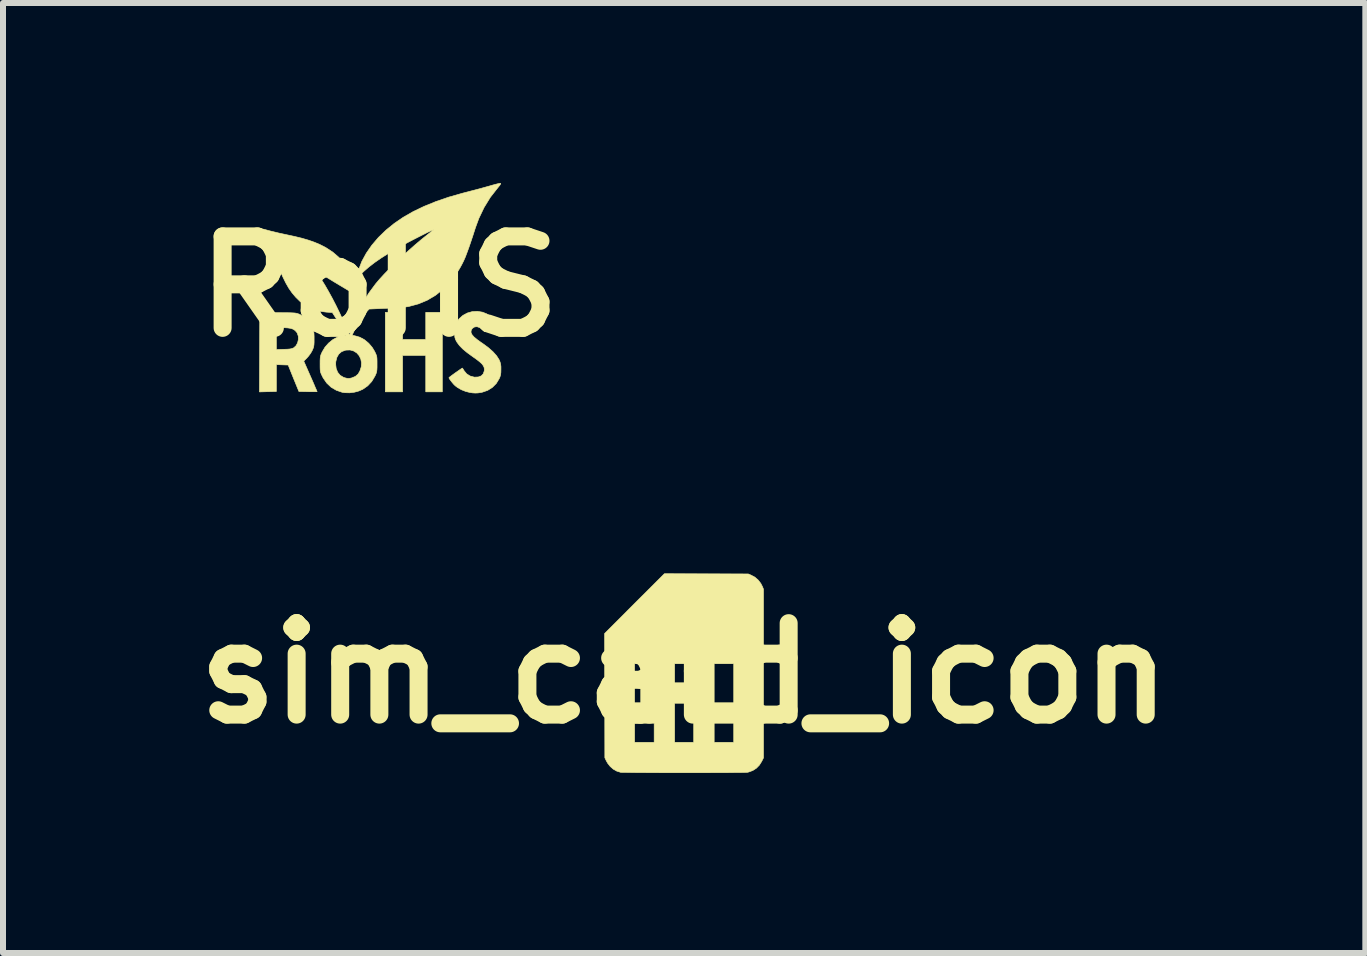
<source format=kicad_pcb>
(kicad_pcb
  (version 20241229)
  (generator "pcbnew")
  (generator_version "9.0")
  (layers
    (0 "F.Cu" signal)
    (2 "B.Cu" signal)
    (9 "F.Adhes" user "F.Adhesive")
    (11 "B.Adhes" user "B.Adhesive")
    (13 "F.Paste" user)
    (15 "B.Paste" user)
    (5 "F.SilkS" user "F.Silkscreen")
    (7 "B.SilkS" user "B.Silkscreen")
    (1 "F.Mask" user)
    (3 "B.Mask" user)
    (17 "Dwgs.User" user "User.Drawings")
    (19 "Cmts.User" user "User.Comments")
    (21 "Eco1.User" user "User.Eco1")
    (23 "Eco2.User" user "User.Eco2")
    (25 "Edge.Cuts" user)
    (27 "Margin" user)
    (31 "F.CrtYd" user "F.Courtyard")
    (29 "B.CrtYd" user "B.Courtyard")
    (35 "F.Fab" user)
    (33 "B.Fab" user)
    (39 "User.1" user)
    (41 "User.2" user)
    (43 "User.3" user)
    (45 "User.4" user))
  (footprint "sim_card_icon"
    (layer "F.Cu")
    (at 8.353 8.171)
    (property "Reference" "sim_card_icon" (at 0 0 0) (layer "F.SilkS") (effects (font (size 1.524 1.524) (thickness 0.3))))
    (attr through_hole)
    (fp_poly (pts (xy 0.369 -1.657) (xy 1.068 -1.655) (xy 1.111 -1.637) (xy 1.178 -1.602) (xy 1.233 -1.554) (xy 1.278 -1.496) (xy 1.304 -1.445) (xy 1.322 -1.401) (xy 1.322 1.41) (xy 1.292 1.47) (xy 1.253 1.532) (xy 1.203 1.583) (xy 1.144 1.621) (xy 1.077 1.646) (xy 1.056 1.651) (xy 1.042 1.652) (xy 1.014 1.653) (xy 0.972 1.654) (xy 0.918 1.655) (xy 0.853 1.655) (xy 0.778 1.656) (xy 0.693 1.657) (xy 0.601 1.657) (xy 0.503 1.657) (xy 0.399 1.658) (xy 0.291 1.658) (xy 0.18 1.658) (xy 0.067 1.658) (xy -0.047 1.658) (xy -0.16 1.658) (xy -0.272 1.658) (xy -0.381 1.658) (xy -0.486 1.657) (xy -0.586 1.657) (xy -0.679 1.656) (xy -0.766 1.656) (xy -0.843 1.655) (xy -0.911 1.654) (xy -0.968 1.653) (xy -1.013 1.653) (xy -1.044 1.652) (xy -1.061 1.651) (xy -1.063 1.65) (xy -1.124 1.631) (xy -1.182 1.598) (xy -1.233 1.553) (xy -1.275 1.5) (xy -1.296 1.463) (xy -1.322 1.409) (xy -1.323 0.833) (xy -0.826 0.833) (xy -0.826 1.151) (xy -0.5 1.151) (xy -0.5 0.833) (xy -0.826 0.833) (xy -1.323 0.833) (xy -1.323 0.5) (xy -0.159 0.5) (xy -0.159 1.151) (xy 0.159 1.151) (xy 0.159 0.833) (xy 0.5 0.833) (xy 0.5 1.151) (xy 0.826 1.151) (xy 0.826 0.833) (xy 0.5 0.833) (xy 0.159 0.833) (xy 0.159 0.5) (xy -0.159 0.5) (xy -1.323 0.5) (xy -1.324 0.373) (xy -1.325 -0.159) (xy -0.826 -0.159) (xy -0.826 0.492) (xy -0.5 0.492) (xy -0.5 -0.159) (xy -0.159 -0.159) (xy -0.159 0.159) (xy 0.159 0.159) (xy 0.159 -0.159) (xy 0.5 -0.159) (xy 0.5 0.492) (xy 0.826 0.492) (xy 0.826 -0.159) (xy 0.5 -0.159) (xy 0.159 -0.159) (xy -0.159 -0.159) (xy -0.5 -0.159) (xy -0.826 -0.159) (xy -1.325 -0.159) (xy -1.326 -0.662) (xy -0.828 -1.161) (xy -0.329 -1.659) (xy 0.369 -1.657)) (stroke (width 0.01) (type solid)) (fill yes) (layer "F.SilkS")))
  (footprint "RoHS"
    (layer "F.Cu")
    (at 3.273 1.725)
    (property "Reference" "RoHS" (at 0 0 0) (layer "F.SilkS") (effects (font (size 1.524 1.524) (thickness 0.3))))
    (attr through_hole)
    (fp_poly (pts (xy 0.387 0.883) (xy 0.773 0.883) (xy 0.773 0.431) (xy 1.049 0.431) (xy 1.049 1.756) (xy 0.773 1.756) (xy 0.773 1.149) (xy 0.387 1.149) (xy 0.387 1.756) (xy 0.099 1.756) (xy 0.099 0.431) (xy 0.387 0.431) (xy 0.387 0.883)) (stroke (width 0.01) (type solid)) (fill yes) (layer "F.SilkS"))
    (fp_poly (pts (xy -1.695 0.436) (xy -1.606 0.437) (xy -1.536 0.437) (xy -1.481 0.438) (xy -1.44 0.44) (xy -1.409 0.442) (xy -1.385 0.446) (xy -1.364 0.451) (xy -1.345 0.458) (xy -1.331 0.463) (xy -1.262 0.501) (xy -1.199 0.555) (xy -1.146 0.62) (xy -1.115 0.679) (xy -1.103 0.713) (xy -1.095 0.745) (xy -1.09 0.783) (xy -1.088 0.832) (xy -1.088 0.872) (xy -1.088 0.929) (xy -1.09 0.97) (xy -1.095 1.002) (xy -1.103 1.029) (xy -1.116 1.059) (xy -1.119 1.066) (xy -1.144 1.11) (xy -1.178 1.157) (xy -1.205 1.188) (xy -1.26 1.244) (xy -1.149 1.496) (xy -1.118 1.566) (xy -1.091 1.628) (xy -1.069 1.681) (xy -1.051 1.721) (xy -1.041 1.746) (xy -1.038 1.753) (xy -1.048 1.754) (xy -1.077 1.754) (xy -1.119 1.754) (xy -1.172 1.754) (xy -1.189 1.753) (xy -1.341 1.75) (xy -1.431 1.53) (xy -1.52 1.309) (xy -1.717 1.302) (xy -1.717 1.75) (xy -1.858 1.753) (xy -1.999 1.757) (xy -1.996 1.096) (xy -1.996 1.051) (xy -1.717 1.051) (xy -1.59 1.047) (xy -1.53 1.045) (xy -1.487 1.041) (xy -1.457 1.034) (xy -1.434 1.025) (xy -1.427 1.022) (xy -1.389 0.987) (xy -1.363 0.939) (xy -1.35 0.885) (xy -1.351 0.829) (xy -1.368 0.779) (xy -1.377 0.764) (xy -1.404 0.734) (xy -1.436 0.712) (xy -1.476 0.698) (xy -1.529 0.69) (xy -1.596 0.686) (xy -1.717 0.682) (xy -1.717 1.051) (xy -1.996 1.051) (xy -1.993 0.436) (xy -1.695 0.436)) (stroke (width 0.01) (type solid)) (fill yes) (layer "F.SilkS"))
    (fp_poly (pts (xy 1.719 0.428) (xy 1.785 0.454) (xy 1.816 0.472) (xy 1.849 0.498) (xy 1.882 0.527) (xy 1.909 0.555) (xy 1.927 0.579) (xy 1.93 0.591) (xy 1.921 0.604) (xy 1.899 0.626) (xy 1.867 0.656) (xy 1.841 0.679) (xy 1.755 0.754) (xy 1.719 0.719) (xy 1.674 0.686) (xy 1.628 0.67) (xy 1.587 0.674) (xy 1.552 0.696) (xy 1.542 0.709) (xy 1.528 0.739) (xy 1.528 0.769) (xy 1.544 0.803) (xy 1.576 0.84) (xy 1.627 0.883) (xy 1.696 0.933) (xy 1.715 0.945) (xy 1.812 1.016) (xy 1.892 1.086) (xy 1.953 1.154) (xy 1.994 1.218) (xy 1.996 1.222) (xy 2.012 1.26) (xy 2.021 1.295) (xy 2.026 1.335) (xy 2.026 1.38) (xy 2.025 1.433) (xy 2.02 1.472) (xy 2.01 1.507) (xy 1.997 1.536) (xy 1.948 1.617) (xy 1.883 1.682) (xy 1.805 1.731) (xy 1.715 1.762) (xy 1.696 1.766) (xy 1.644 1.774) (xy 1.599 1.776) (xy 1.551 1.773) (xy 1.502 1.765) (xy 1.436 1.748) (xy 1.366 1.72) (xy 1.303 1.684) (xy 1.266 1.656) (xy 1.242 1.633) (xy 1.216 1.603) (xy 1.19 1.57) (xy 1.17 1.542) (xy 1.16 1.523) (xy 1.16 1.52) (xy 1.168 1.512) (xy 1.19 1.495) (xy 1.222 1.471) (xy 1.259 1.444) (xy 1.298 1.417) (xy 1.334 1.392) (xy 1.363 1.372) (xy 1.381 1.361) (xy 1.385 1.36) (xy 1.392 1.371) (xy 1.406 1.394) (xy 1.412 1.404) (xy 1.455 1.456) (xy 1.512 1.492) (xy 1.579 1.51) (xy 1.587 1.511) (xy 1.65 1.508) (xy 1.698 1.49) (xy 1.731 1.456) (xy 1.748 1.408) (xy 1.75 1.381) (xy 1.746 1.35) (xy 1.732 1.32) (xy 1.708 1.288) (xy 1.669 1.253) (xy 1.615 1.211) (xy 1.561 1.173) (xy 1.467 1.105) (xy 1.392 1.043) (xy 1.336 0.986) (xy 1.295 0.931) (xy 1.283 0.911) (xy 1.268 0.88) (xy 1.259 0.852) (xy 1.255 0.817) (xy 1.254 0.77) (xy 1.254 0.756) (xy 1.255 0.704) (xy 1.258 0.666) (xy 1.266 0.637) (xy 1.279 0.609) (xy 1.329 0.538) (xy 1.392 0.482) (xy 1.466 0.442) (xy 1.547 0.419) (xy 1.633 0.414) (xy 1.719 0.428)) (stroke (width 0.01) (type solid)) (fill yes) (layer "F.SilkS"))
    (fp_poly (pts (xy 2.022 -1.712) (xy 2.01 -1.691) (xy 1.983 -1.657) (xy 1.973 -1.645) (xy 1.85 -1.488) (xy 1.745 -1.317) (xy 1.658 -1.135) (xy 1.602 -0.983) (xy 1.56 -0.852) (xy 1.523 -0.741) (xy 1.49 -0.645) (xy 1.46 -0.563) (xy 1.433 -0.492) (xy 1.406 -0.43) (xy 1.378 -0.374) (xy 1.35 -0.322) (xy 1.319 -0.27) (xy 1.285 -0.218) (xy 1.279 -0.209) (xy 1.175 -0.071) (xy 1.06 0.048) (xy 0.934 0.148) (xy 0.797 0.229) (xy 0.65 0.29) (xy 0.494 0.332) (xy 0.467 0.337) (xy 0.429 0.342) (xy 0.375 0.347) (xy 0.306 0.353) (xy 0.23 0.358) (xy 0.148 0.362) (xy 0.102 0.364) (xy -0.171 0.376) (xy -0.207 0.416) (xy -0.243 0.46) (xy -0.285 0.518) (xy -0.328 0.582) (xy -0.368 0.647) (xy -0.402 0.706) (xy -0.413 0.726) (xy -0.431 0.763) (xy -0.445 0.793) (xy -0.452 0.809) (xy -0.453 0.81) (xy -0.443 0.814) (xy -0.419 0.82) (xy -0.407 0.822) (xy -0.327 0.845) (xy -0.249 0.887) (xy -0.178 0.946) (xy -0.118 1.017) (xy -0.08 1.08) (xy -0.062 1.117) (xy -0.05 1.146) (xy -0.043 1.173) (xy -0.04 1.206) (xy -0.039 1.249) (xy -0.039 1.292) (xy -0.039 1.348) (xy -0.041 1.388) (xy -0.045 1.419) (xy -0.053 1.447) (xy -0.066 1.477) (xy -0.073 1.492) (xy -0.127 1.583) (xy -0.195 1.656) (xy -0.277 1.713) (xy -0.343 1.742) (xy -0.417 1.762) (xy -0.497 1.772) (xy -0.576 1.77) (xy -0.618 1.764) (xy -0.717 1.73) (xy -0.804 1.679) (xy -0.877 1.61) (xy -0.936 1.525) (xy -0.947 1.504) (xy -0.965 1.467) (xy -0.977 1.438) (xy -0.984 1.411) (xy -0.987 1.379) (xy -0.988 1.335) (xy -0.988 1.293) (xy -0.988 1.291) (xy -0.729 1.291) (xy -0.72 1.367) (xy -0.695 1.43) (xy -0.654 1.48) (xy -0.598 1.514) (xy -0.574 1.522) (xy -0.537 1.531) (xy -0.507 1.533) (xy -0.475 1.527) (xy -0.458 1.523) (xy -0.399 1.498) (xy -0.355 1.46) (xy -0.325 1.409) (xy -0.302 1.339) (xy -0.298 1.271) (xy -0.31 1.208) (xy -0.337 1.153) (xy -0.377 1.107) (xy -0.428 1.075) (xy -0.488 1.058) (xy -0.555 1.06) (xy -0.569 1.063) (xy -0.63 1.086) (xy -0.677 1.127) (xy -0.709 1.183) (xy -0.726 1.252) (xy -0.729 1.291) (xy -0.988 1.291) (xy -0.988 1.236) (xy -0.986 1.196) (xy -0.982 1.165) (xy -0.974 1.137) (xy -0.961 1.107) (xy -0.953 1.09) (xy -0.906 1.011) (xy -0.845 0.942) (xy -0.775 0.885) (xy -0.699 0.844) (xy -0.621 0.822) (xy -0.621 0.822) (xy -0.588 0.817) (xy -0.566 0.812) (xy -0.561 0.81) (xy -0.562 0.798) (xy -0.575 0.769) (xy -0.601 0.723) (xy -0.639 0.659) (xy -0.691 0.578) (xy -0.698 0.568) (xy -0.784 0.434) (xy -0.886 0.427) (xy -1.011 0.41) (xy -1.124 0.374) (xy -1.228 0.32) (xy -1.325 0.246) (xy -1.331 0.24) (xy -1.396 0.176) (xy -1.455 0.106) (xy -1.509 0.029) (xy -1.56 -0.06) (xy -1.61 -0.162) (xy -1.662 -0.282) (xy -1.678 -0.323) (xy -1.751 -0.497) (xy -1.822 -0.65) (xy -1.892 -0.781) (xy -1.94 -0.86) (xy -1.965 -0.9) (xy -1.982 -0.933) (xy -1.991 -0.955) (xy -1.991 -0.962) (xy -1.977 -0.963) (xy -1.947 -0.958) (xy -1.905 -0.949) (xy -1.866 -0.938) (xy -1.814 -0.924) (xy -1.747 -0.908) (xy -1.673 -0.89) (xy -1.598 -0.874) (xy -1.561 -0.866) (xy -1.417 -0.835) (xy -1.293 -0.805) (xy -1.184 -0.773) (xy -1.086 -0.739) (xy -0.997 -0.702) (xy -0.914 -0.66) (xy -0.89 -0.647) (xy -0.777 -0.573) (xy -0.679 -0.489) (xy -0.598 -0.395) (xy -0.535 -0.294) (xy -0.492 -0.188) (xy -0.469 -0.077) (xy -0.468 -0.074) (xy -0.467 -0.027) (xy -0.47 0.016) (xy -0.478 0.05) (xy -0.49 0.07) (xy -0.502 0.074) (xy -0.514 0.067) (xy -0.543 0.05) (xy -0.586 0.024) (xy -0.64 -0.008) (xy -0.703 -0.046) (xy -0.773 -0.088) (xy -0.789 -0.098) (xy -0.859 -0.141) (xy -0.923 -0.179) (xy -0.978 -0.212) (xy -1.021 -0.239) (xy -1.052 -0.256) (xy -1.066 -0.265) (xy -1.067 -0.265) (xy -1.063 -0.257) (xy -1.048 -0.235) (xy -1.026 -0.204) (xy -1.016 -0.19) (xy -0.965 -0.115) (xy -0.908 -0.023) (xy -0.848 0.081) (xy -0.786 0.194) (xy -0.725 0.312) (xy -0.667 0.431) (xy -0.614 0.546) (xy -0.568 0.654) (xy -0.564 0.664) (xy -0.543 0.715) (xy -0.524 0.757) (xy -0.51 0.788) (xy -0.501 0.802) (xy -0.5 0.803) (xy -0.494 0.794) (xy -0.482 0.768) (xy -0.467 0.728) (xy -0.45 0.678) (xy -0.444 0.658) (xy -0.373 0.47) (xy -0.283 0.286) (xy -0.176 0.11) (xy -0.062 -0.044) (xy 0.003 -0.121) (xy 0.083 -0.208) (xy 0.175 -0.302) (xy 0.275 -0.401) (xy 0.38 -0.501) (xy 0.488 -0.599) (xy 0.594 -0.693) (xy 0.697 -0.78) (xy 0.755 -0.827) (xy 0.801 -0.863) (xy 0.843 -0.897) (xy 0.876 -0.923) (xy 0.896 -0.94) (xy 0.899 -0.942) (xy 0.898 -0.944) (xy 0.88 -0.938) (xy 0.848 -0.923) (xy 0.803 -0.902) (xy 0.749 -0.875) (xy 0.688 -0.844) (xy 0.621 -0.81) (xy 0.553 -0.775) (xy 0.484 -0.739) (xy 0.418 -0.704) (xy 0.357 -0.671) (xy 0.304 -0.641) (xy 0.293 -0.635) (xy 0.15 -0.551) (xy 0.027 -0.473) (xy -0.08 -0.399) (xy -0.173 -0.327) (xy -0.254 -0.257) (xy -0.272 -0.24) (xy -0.32 -0.194) (xy -0.352 -0.165) (xy -0.371 -0.151) (xy -0.379 -0.156) (xy -0.376 -0.179) (xy -0.364 -0.221) (xy -0.345 -0.282) (xy -0.292 -0.419) (xy -0.218 -0.555) (xy -0.125 -0.689) (xy -0.016 -0.817) (xy 0.11 -0.939) (xy 0.249 -1.052) (xy 0.397 -1.153) (xy 0.566 -1.25) (xy 0.748 -1.337) (xy 0.945 -1.417) (xy 1.158 -1.49) (xy 1.39 -1.556) (xy 1.46 -1.574) (xy 1.54 -1.595) (xy 1.629 -1.618) (xy 1.717 -1.642) (xy 1.796 -1.664) (xy 1.832 -1.674) (xy 1.891 -1.691) (xy 1.943 -1.705) (xy 1.985 -1.715) (xy 2.012 -1.72) (xy 2.019 -1.72) (xy 2.022 -1.712)) (stroke (width 0.01) (type solid)) (fill yes) (layer "F.SilkS")))
  (gr_rect
    (start -3 -3)
    (end 19.706 12.834)
    (stroke (width 0.1) (type default))
    (fill no)
    (layer "Edge.Cuts")))
</source>
